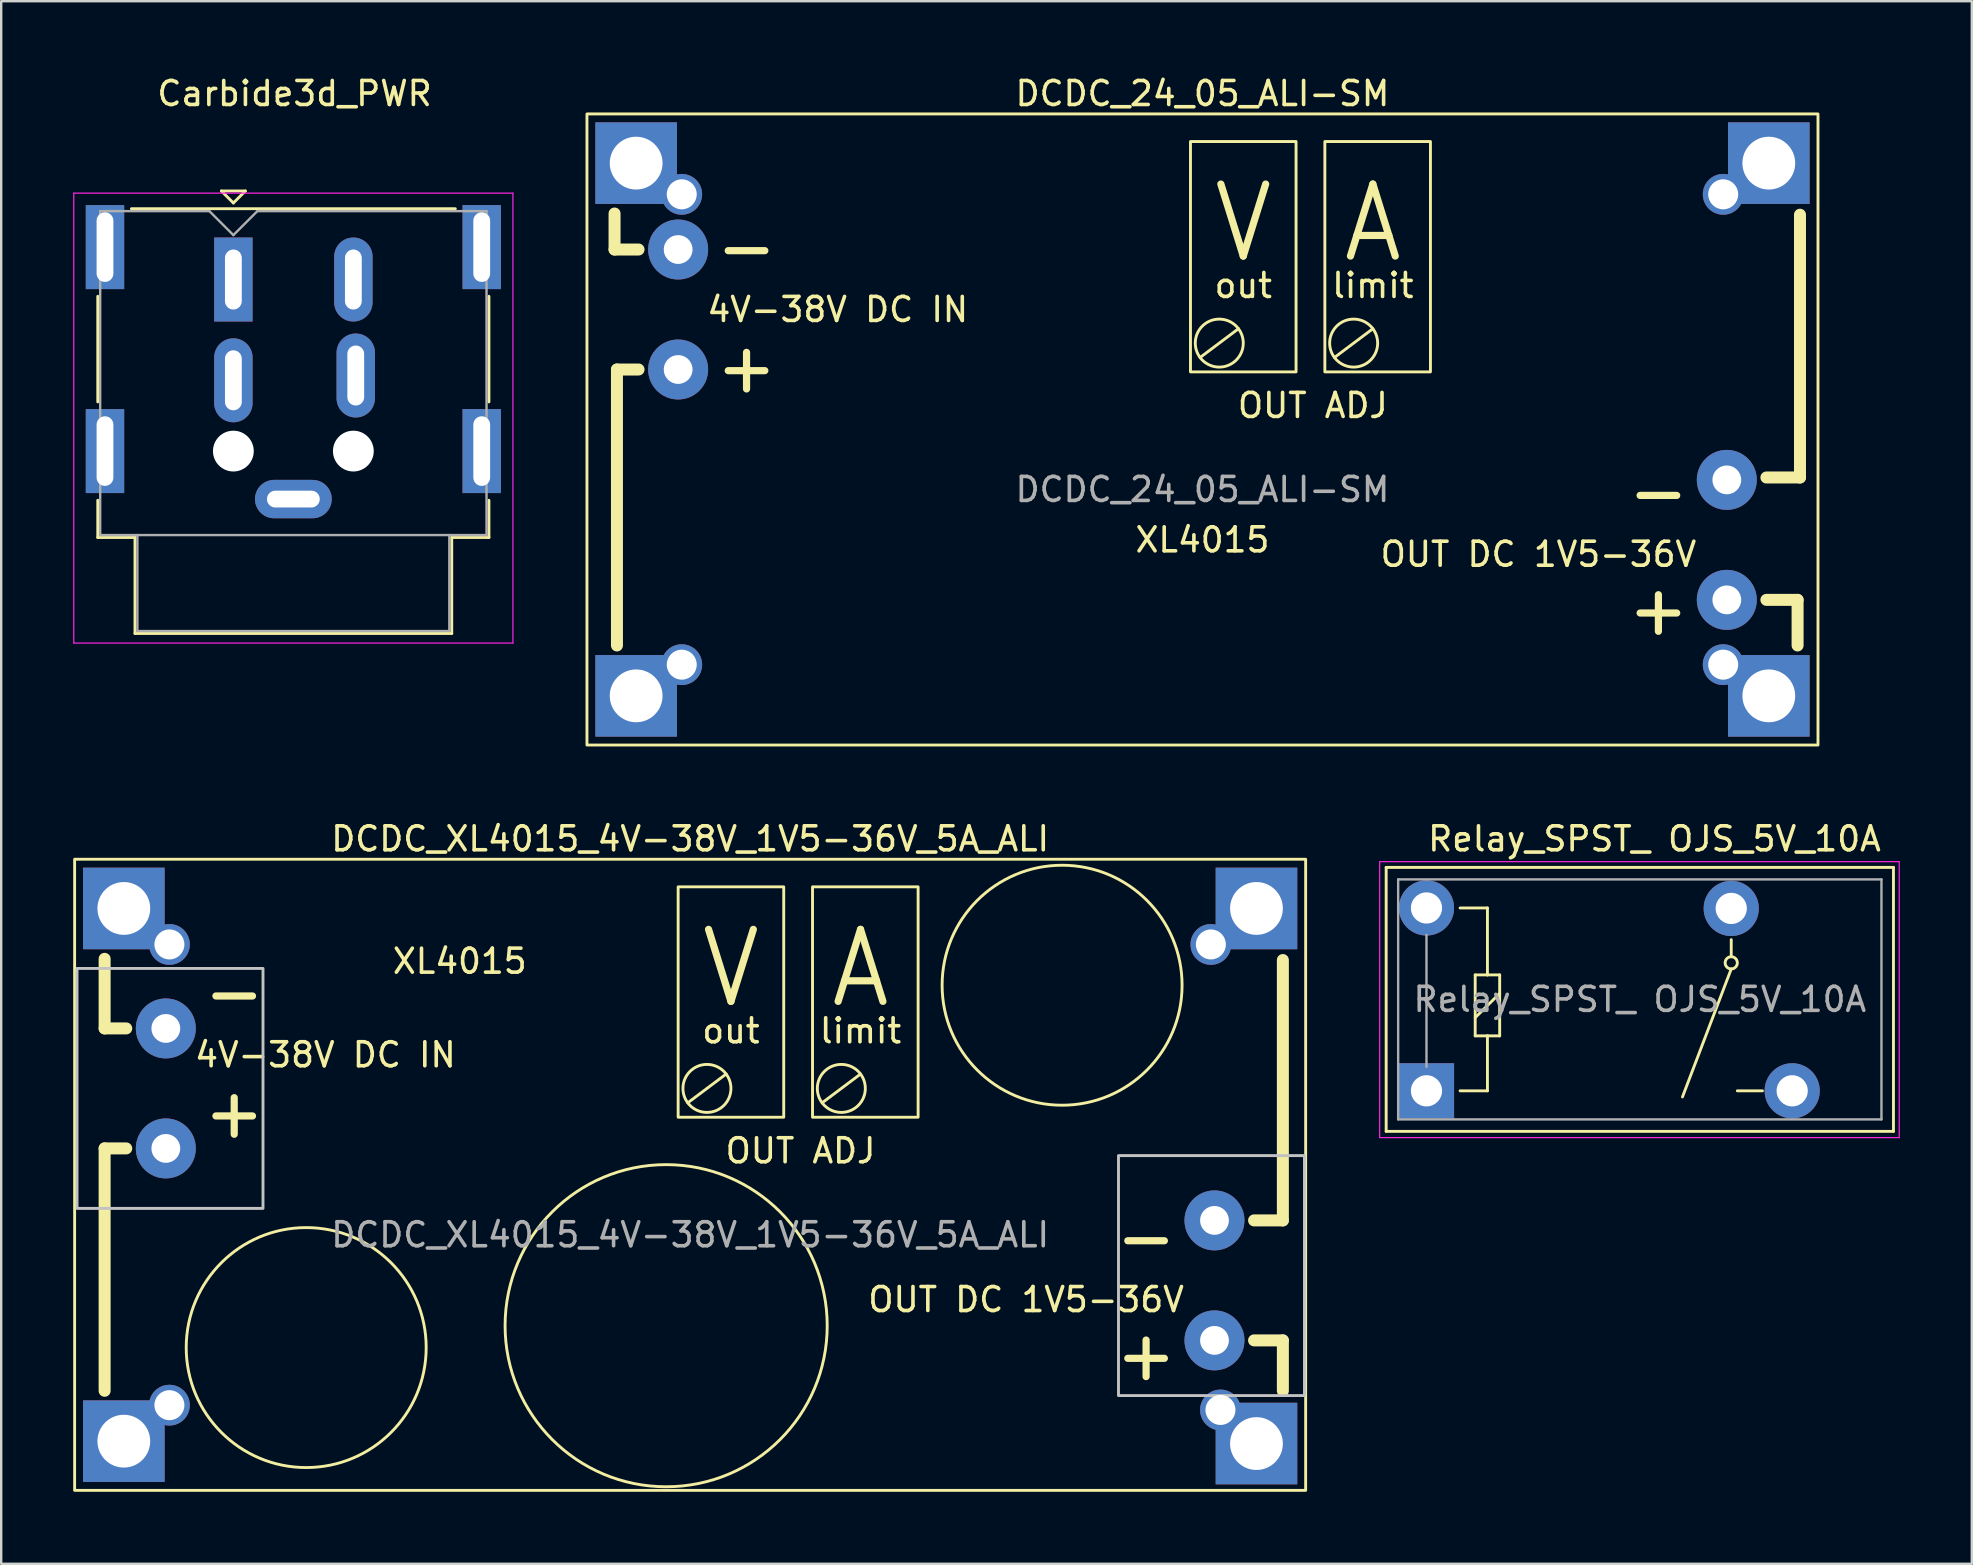
<source format=kicad_pcb>
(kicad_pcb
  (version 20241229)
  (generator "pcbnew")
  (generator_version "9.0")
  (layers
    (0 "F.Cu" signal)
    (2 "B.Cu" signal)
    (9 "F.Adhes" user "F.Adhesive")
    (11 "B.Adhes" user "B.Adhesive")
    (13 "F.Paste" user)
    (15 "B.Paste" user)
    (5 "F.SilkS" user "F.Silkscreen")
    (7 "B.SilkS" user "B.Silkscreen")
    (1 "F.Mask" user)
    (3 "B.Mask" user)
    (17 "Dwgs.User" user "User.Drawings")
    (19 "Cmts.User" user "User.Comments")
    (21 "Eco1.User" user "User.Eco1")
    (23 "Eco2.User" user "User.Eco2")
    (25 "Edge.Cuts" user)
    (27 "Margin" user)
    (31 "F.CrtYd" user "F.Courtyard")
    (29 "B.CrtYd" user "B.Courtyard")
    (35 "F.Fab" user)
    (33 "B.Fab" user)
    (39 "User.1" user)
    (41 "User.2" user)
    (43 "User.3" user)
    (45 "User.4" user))
  (footprint "Relay_SPST_ OJS_5V_10A"
    (layer "F.Cu")
    (at 56.395 42.407)
    (property "Reference" "Relay_SPST_ OJS_5V_10A" (at 9.5 -10.5 180) (layer "F.SilkS") (effects (font (size 1 1) (thickness 0.15))))
    (attr through_hole)
    (fp_line (start -1.68 -9.31) (end 19.46 -9.31) (stroke (width 0.12) (type solid)) (layer "F.SilkS"))
    (fp_line (start -1.68 1.69) (end -1.68 -9.31) (stroke (width 0.12) (type solid)) (layer "F.SilkS"))
    (fp_line (start -1.68 1.69) (end 19.46 1.69) (stroke (width 0.12) (type solid)) (layer "F.SilkS"))
    (fp_line (start 1.4 0) (end 2.54 0) (stroke (width 0.12) (type solid)) (layer "F.SilkS"))
    (fp_line (start 2.03 -4.83) (end 2.54 -4.83) (stroke (width 0.12) (type solid)) (layer "F.SilkS"))
    (fp_line (start 2.03 -3.05) (end 3.05 -4.06) (stroke (width 0.12) (type solid)) (layer "F.SilkS"))
    (fp_line (start 2.03 -2.29) (end 2.03 -4.83) (stroke (width 0.12) (type solid)) (layer "F.SilkS"))
    (fp_line (start 2.54 -7.62) (end 1.4 -7.62) (stroke (width 0.12) (type solid)) (layer "F.SilkS"))
    (fp_line (start 2.54 -4.83) (end 2.54 -7.62) (stroke (width 0.12) (type solid)) (layer "F.SilkS"))
    (fp_line (start 2.54 -4.83) (end 3.05 -4.83) (stroke (width 0.12) (type solid)) (layer "F.SilkS"))
    (fp_line (start 2.54 -2.29) (end 2.03 -2.29) (stroke (width 0.12) (type solid)) (layer "F.SilkS"))
    (fp_line (start 2.54 0) (end 2.54 -2.29) (stroke (width 0.12) (type solid)) (layer "F.SilkS"))
    (fp_line (start 3.05 -4.83) (end 3.05 -2.29) (stroke (width 0.12) (type solid)) (layer "F.SilkS"))
    (fp_line (start 3.05 -2.29) (end 2.54 -2.29) (stroke (width 0.12) (type solid)) (layer "F.SilkS"))
    (fp_line (start 10.668 0.254) (end 12.7 -5.08) (stroke (width 0.12) (type solid)) (layer "F.SilkS"))
    (fp_line (start 12.7 -5.588) (end 12.7 -6.3) (stroke (width 0.12) (type solid)) (layer "F.SilkS"))
    (fp_line (start 14 0) (end 12.954 0) (stroke (width 0.12) (type solid)) (layer "F.SilkS"))
    (fp_line (start 19.46 1.69) (end 19.46 -9.31) (stroke (width 0.12) (type solid)) (layer "F.SilkS"))
    (fp_circle (center 12.7 -5.334) (end 12.954 -5.334) (stroke (width 0.12) (type solid)) (fill no) (layer "F.SilkS"))
    (fp_line (start -1.95 -9.55) (end 19.7 -9.55) (stroke (width 0.05) (type solid)) (layer "F.CrtYd"))
    (fp_line (start -1.95 1.95) (end -1.95 -9.55) (stroke (width 0.05) (type solid)) (layer "F.CrtYd"))
    (fp_line (start 19.7 -9.55) (end 19.7 1.95) (stroke (width 0.05) (type solid)) (layer "F.CrtYd"))
    (fp_line (start 19.7 1.95) (end -1.95 1.95) (stroke (width 0.05) (type solid)) (layer "F.CrtYd"))
    (fp_line (start -1.18 -8.81) (end 18.96 -8.81) (stroke (width 0.1) (type solid)) (layer "F.Fab"))
    (fp_line (start -1.18 1.19) (end -1.18 -8.81) (stroke (width 0.1) (type solid)) (layer "F.Fab"))
    (fp_line (start 0 -1) (end 0 -6.5) (stroke (width 0.1) (type solid)) (layer "F.Fab"))
    (fp_line (start 18.96 -8.81) (end 18.96 1.19) (stroke (width 0.1) (type solid)) (layer "F.Fab"))
    (fp_line (start 18.96 1.19) (end -1.18 1.19) (stroke (width 0.1) (type solid)) (layer "F.Fab"))
    (fp_text user "${REFERENCE}" (at 8.89 -3.81 0) (layer "F.Fab") (effects (font (size 1 1) (thickness 0.15))))
    (pad "1" thru_hole circle (at 0 -7.62 180) (size 2.3 2.3) (drill 1.3) (layers "*.Cu" "*.Mask"))
    (pad "3" thru_hole circle (at 12.7 -7.6 180) (size 2.3 2.3) (drill 1.3) (layers "*.Cu" "*.Mask"))
    (pad "5" thru_hole circle (at 15.24 0 180) (size 2.3 2.3) (drill 1.3) (layers "*.Cu" "*.Mask"))
    (pad "6" thru_hole rect (at 0 0 180) (size 2.3 2.3) (drill 1.3) (layers "*.Cu" "*.Mask")))
  (footprint "DCDC_24_05_ALI-SM"
    (layer "F.Cu")
    (at 47.06 14.848)
    (property "Reference" "DCDC_24_05_ALI-SM" (at 0 -14 0) (unlocked yes) (layer "F.SilkS") (effects (font (size 1 1) (thickness 0.15))))
    (attr smd)
    (fp_line (start -24.5 -7.5) (end -24.5 -9) (stroke (width 0.5) (type solid)) (layer "F.SilkS"))
    (fp_line (start -24.4 9) (end -24.4 -2.5) (stroke (width 0.5) (type solid)) (layer "F.SilkS"))
    (fp_line (start -23.5 -7.5) (end -24.5 -7.5) (stroke (width 0.5) (type solid)) (layer "F.SilkS"))
    (fp_line (start -23.5 -2.5) (end -24.4 -2.5) (stroke (width 0.5) (type solid)) (layer "F.SilkS"))
    (fp_line (start -0.1 -3) (end 1.5 -4.2) (stroke (width 0.12) (type solid)) (layer "F.SilkS"))
    (fp_line (start 5.5 -3) (end 7.1 -4.2) (stroke (width 0.12) (type solid)) (layer "F.SilkS"))
    (fp_line (start 23.5 2) (end 24.9 2) (stroke (width 0.5) (type solid)) (layer "F.SilkS"))
    (fp_line (start 23.5 7.1) (end 24.8 7.1) (stroke (width 0.5) (type solid)) (layer "F.SilkS"))
    (fp_line (start 24.8 7.1) (end 24.8 9) (stroke (width 0.5) (type solid)) (layer "F.SilkS"))
    (fp_line (start 24.9 2) (end 24.9 -8.95) (stroke (width 0.5) (type solid)) (layer "F.SilkS"))
    (fp_rect (start -25.65 -13.15) (end 25.65 13.15) (stroke (width 0.12) (type solid)) (fill no) (layer "F.SilkS"))
    (fp_rect (start -0.5 -12) (end 3.9 -2.4) (stroke (width 0.12) (type solid)) (fill no) (layer "F.SilkS"))
    (fp_rect (start 5.1 -12) (end 9.5 -2.4) (stroke (width 0.12) (type solid)) (fill no) (layer "F.SilkS"))
    (fp_circle (center 0.7 -3.6) (end 1.3 -4.4) (stroke (width 0.12) (type solid)) (fill no) (layer "F.SilkS"))
    (fp_circle (center 6.3 -3.6) (end 6.9 -4.4) (stroke (width 0.12) (type solid)) (fill no) (layer "F.SilkS"))
    (fp_text user "OUT DC 1V5-36V" (at 14 5.2 0) (unlocked yes) (layer "F.SilkS") (effects (font (size 1 1) (thickness 0.15))))
    (fp_text user "+" (at 19 7.5 0) (unlocked yes) (layer "F.SilkS") (effects (font (size 2 2) (thickness 0.3))))
    (fp_text user "-" (at 19 2.6 0) (unlocked yes) (layer "F.SilkS") (effects (font (size 2 2) (thickness 0.3))))
    (fp_text user "XL4015" (at 0 4.6 0) (unlocked yes) (layer "F.SilkS") (effects (font (size 1 1) (thickness 0.15))))
    (fp_text user "4V-38V DC ΙΝ" (at -15.2 -5 0) (unlocked yes) (layer "F.SilkS") (effects (font (size 1 1) (thickness 0.15))))
    (fp_text user "OUT ADJ" (at 4.6 -1 0) (unlocked yes) (layer "F.SilkS") (effects (font (size 1 1) (thickness 0.15))))
    (fp_text user "V" (at 1.7 -8.6 0) (unlocked yes) (layer "F.SilkS") (effects (font (size 3 2.8) (thickness 0.3))))
    (fp_text user "limit" (at 7.1 -6 0) (unlocked yes) (layer "F.SilkS") (effects (font (size 1 1) (thickness 0.15))))
    (fp_text user "-" (at -19 -7.6 0) (unlocked yes) (layer "F.SilkS") (effects (font (size 2 2) (thickness 0.3))))
    (fp_text user "out" (at 1.7 -6 0) (unlocked yes) (layer "F.SilkS") (effects (font (size 1 1) (thickness 0.15))))
    (fp_text user "A" (at 7.1 -8.6 0) (unlocked yes) (layer "F.SilkS") (effects (font (size 3 2.8) (thickness 0.3))))
    (fp_text user "+" (at -19 -2.6 0) (unlocked yes) (layer "F.SilkS") (effects (font (size 2 2) (thickness 0.3))))
    (fp_text user "${REFERENCE}" (at 0 2.5 0) (unlocked yes) (layer "F.Fab") (effects (font (size 1 1) (thickness 0.15))))
    (pad "" np_thru_hole circle (at -21.85 -7.5) (size 2.5 2.5) (drill 1.2) (layers "*.Cu" "*.Mask"))
    (pad "" np_thru_hole circle (at -21.85 -2.5) (size 2.5 2.5) (drill 1.2) (layers "*.Cu" "*.Mask"))
    (pad "" np_thru_hole circle (at -21.7 -9.8) (size 1.7 1.7) (drill 1.25) (layers "*.Cu" "*.Mask"))
    (pad "" np_thru_hole circle (at -21.7 9.8) (size 1.7 1.7) (drill 1.25) (layers "*.Cu" "*.Mask"))
    (pad "" np_thru_hole circle (at 21.7 -9.8) (size 1.7 1.7) (drill 1.25) (layers "*.Cu" "*.Mask"))
    (pad "" np_thru_hole circle (at 21.7 9.8) (size 1.7 1.7) (drill 1.25) (layers "*.Cu" "*.Mask"))
    (pad "" np_thru_hole circle (at 21.85 2.1) (size 2.5 2.5) (drill 1.2) (layers "*.Cu" "*.Mask"))
    (pad "" np_thru_hole circle (at 21.85 7.1) (size 2.5 2.5) (drill 1.2) (layers "*.Cu" "*.Mask"))
    (pad "1" thru_hole rect (at -23.6 11.1) (size 3.4 3.4) (drill 2.2) (layers "*.Cu" "*.Mask"))
    (pad "2" thru_hole rect (at -23.6 -11.1) (size 3.4 3.4) (drill 2.2) (layers "*.Cu" "*.Mask"))
    (pad "3" thru_hole rect (at 23.6 11.1) (size 3.4 3.4) (drill 2.2) (layers "*.Cu" "*.Mask"))
    (pad "4" thru_hole rect (at 23.6 -11.1) (size 3.4 3.4) (drill 2.2) (layers "*.Cu" "*.Mask")))
  (footprint "Carbide3d_PWR"
    (layer "F.Cu")
    (at 9.225 13.148)
    (property "Reference" "Carbide3d_PWR" (at 0 -12.3 0) (unlocked yes) (layer "F.SilkS") (effects (font (size 1 1) (thickness 0.15))))
    (attr through_hole)
    (fp_line (start -8.2 0.55) (end -8.2 -3.85) (stroke (width 0.12) (type solid)) (layer "F.SilkS"))
    (fp_line (start -8.2 6.2) (end -8.2 4.65) (stroke (width 0.12) (type solid)) (layer "F.SilkS"))
    (fp_line (start -6.8 -7.5) (end 6.7 -7.5) (stroke (width 0.12) (type solid)) (layer "F.SilkS"))
    (fp_line (start -6.65 6.2) (end -8.2 6.2) (stroke (width 0.12) (type solid)) (layer "F.SilkS"))
    (fp_line (start -6.65 10.2) (end -6.65 6.2) (stroke (width 0.12) (type solid)) (layer "F.SilkS"))
    (fp_line (start -3.05 -8.24) (end -2.05 -8.24) (stroke (width 0.12) (type solid)) (layer "F.SilkS"))
    (fp_line (start -2.55 -7.74) (end -3.05 -8.24) (stroke (width 0.12) (type solid)) (layer "F.SilkS"))
    (fp_line (start -2.05 -8.24) (end -2.55 -7.74) (stroke (width 0.12) (type solid)) (layer "F.SilkS"))
    (fp_line (start 6.55 6.2) (end 6.55 10.2) (stroke (width 0.12) (type solid)) (layer "F.SilkS"))
    (fp_line (start 6.55 10.2) (end -6.65 10.2) (stroke (width 0.12) (type solid)) (layer "F.SilkS"))
    (fp_line (start 8.1 -3.85) (end 8.1 0.55) (stroke (width 0.12) (type solid)) (layer "F.SilkS"))
    (fp_line (start 8.1 4.65) (end 8.1 6.2) (stroke (width 0.12) (type solid)) (layer "F.SilkS"))
    (fp_line (start 8.1 6.2) (end 6.55 6.2) (stroke (width 0.12) (type solid)) (layer "F.SilkS"))
    (fp_line (start -9.2 -8.15) (end 9.1 -8.15) (stroke (width 0.05) (type solid)) (layer "F.CrtYd"))
    (fp_line (start -9.2 10.6) (end -9.2 -8.15) (stroke (width 0.05) (type solid)) (layer "F.CrtYd"))
    (fp_line (start 9.1 -8.15) (end 9.1 10.6) (stroke (width 0.05) (type solid)) (layer "F.CrtYd"))
    (fp_line (start 9.1 10.6) (end -9.2 10.6) (stroke (width 0.05) (type solid)) (layer "F.CrtYd"))
    (fp_line (start -8.1 -7.4) (end -3.55 -7.4) (stroke (width 0.1) (type solid)) (layer "F.Fab"))
    (fp_line (start -8.1 6.1) (end -8.1 -7.4) (stroke (width 0.1) (type solid)) (layer "F.Fab"))
    (fp_line (start -6.55 6.1) (end -8.1 6.1) (stroke (width 0.1) (type solid)) (layer "F.Fab"))
    (fp_line (start -6.55 6.1) (end 6.45 6.1) (stroke (width 0.1) (type solid)) (layer "F.Fab"))
    (fp_line (start -6.55 10.1) (end -6.55 6.1) (stroke (width 0.1) (type solid)) (layer "F.Fab"))
    (fp_line (start -3.55 -7.4) (end -2.55 -6.4) (stroke (width 0.1) (type solid)) (layer "F.Fab"))
    (fp_line (start -2.55 -6.4) (end -1.55 -7.4) (stroke (width 0.1) (type solid)) (layer "F.Fab"))
    (fp_line (start -1.55 -7.4) (end 8 -7.4) (stroke (width 0.1) (type solid)) (layer "F.Fab"))
    (fp_line (start 6.45 6.1) (end 6.45 10.1) (stroke (width 0.1) (type solid)) (layer "F.Fab"))
    (fp_line (start 6.45 10.1) (end -6.55 10.1) (stroke (width 0.1) (type solid)) (layer "F.Fab"))
    (fp_line (start 8 -7.4) (end 8 6.1) (stroke (width 0.1) (type solid)) (layer "F.Fab"))
    (fp_line (start 8 6.1) (end 6.45 6.1) (stroke (width 0.1) (type solid)) (layer "F.Fab"))
    (pad "" np_thru_hole circle (at -2.55 2.6) (size 1.7 1.7) (drill 1.7) (layers "*.Cu" "*.Mask"))
    (pad "" np_thru_hole circle (at 2.45 2.6) (size 1.7 1.7) (drill 1.7) (layers "*.Cu" "*.Mask"))
    (pad "1" thru_hole rect (at -2.55 -4.55) (size 1.6 3.5) (drill oval 0.7 2.5) (layers "*.Cu" "*.Mask"))
    (pad "2" thru_hole oval (at 2.45 -4.55) (size 1.6 3.5) (drill oval 0.7 2.5) (layers "*.Cu" "*.Mask"))
    (pad "3" thru_hole oval (at -2.55 -0.35) (size 1.6 3.5) (drill oval 0.7 2.5) (layers "*.Cu" "*.Mask"))
    (pad "4" thru_hole oval (at 2.55 -0.55) (size 1.6 3.5) (drill oval 0.7 2.5) (layers "*.Cu" "*.Mask"))
    (pad "5" thru_hole oval (at -0.05 4.6) (size 3.2 1.6) (drill oval 2.2 0.7) (layers "*.Cu" "*.Mask"))
    (pad "SH" thru_hole rect (at -7.9 -5.9) (size 1.6 3.5) (drill oval 0.7 2.9) (layers "*.Cu" "*.Mask"))
    (pad "SH" thru_hole rect (at -7.9 2.6) (size 1.6 3.5) (drill oval 0.7 2.9) (layers "*.Cu" "*.Mask"))
    (pad "SH" thru_hole rect (at 7.8 -5.9) (size 1.6 3.5) (drill oval 0.7 2.9) (layers "*.Cu" "*.Mask"))
    (pad "SH" thru_hole rect (at 7.8 2.6) (size 1.6 3.5) (drill oval 0.7 2.9) (layers "*.Cu" "*.Mask")))
  (footprint "DCDC_XL4015_4V-38V_1V5-36V_5A_ALI"
    (layer "F.Cu")
    (at 25.71 45.907)
    (property "Reference" "DCDC_XL4015_4V-38V_1V5-36V_5A_ALI" (at 0 -14 0) (unlocked yes) (layer "F.SilkS") (effects (font (size 1 1) (thickness 0.15))))
    (attr smd)
    (fp_line (start -24.4 -6.1) (end -24.4 -9) (stroke (width 0.5) (type solid)) (layer "F.SilkS"))
    (fp_line (start -24.4 9) (end -24.4 -1.1) (stroke (width 0.5) (type solid)) (layer "F.SilkS"))
    (fp_line (start -23.5 -6.1) (end -24.4 -6.1) (stroke (width 0.5) (type solid)) (layer "F.SilkS"))
    (fp_line (start -23.5 -1.1) (end -24.4 -1.1) (stroke (width 0.5) (type solid)) (layer "F.SilkS"))
    (fp_line (start -0.1 -3) (end 1.5 -4.2) (stroke (width 0.12) (type solid)) (layer "F.SilkS"))
    (fp_line (start 5.5 -3) (end 7.1 -4.2) (stroke (width 0.12) (type solid)) (layer "F.SilkS"))
    (fp_line (start 23.5 1.9) (end 24.7 1.9) (stroke (width 0.5) (type solid)) (layer "F.SilkS"))
    (fp_line (start 23.5 6.9) (end 24.7 6.9) (stroke (width 0.5) (type solid)) (layer "F.SilkS"))
    (fp_line (start 24.7 1.9) (end 24.7 -8.95) (stroke (width 0.5) (type solid)) (layer "F.SilkS"))
    (fp_line (start 24.7 6.9) (end 24.7 9) (stroke (width 0.5) (type solid)) (layer "F.SilkS"))
    (fp_rect (start -25.65 -13.15) (end 25.65 13.15) (stroke (width 0.12) (type solid)) (fill no) (layer "F.SilkS"))
    (fp_rect (start -0.5 -12) (end 3.9 -2.4) (stroke (width 0.12) (type solid)) (fill no) (layer "F.SilkS"))
    (fp_rect (start 5.1 -12) (end 9.5 -2.4) (stroke (width 0.12) (type solid)) (fill no) (layer "F.SilkS"))
    (fp_circle (center -16 7.2) (end -11 7.2) (stroke (width 0.12) (type solid)) (fill no) (layer "F.SilkS"))
    (fp_circle (center -1 6.288) (end 5.7 6.688) (stroke (width 0.12) (type solid)) (fill no) (layer "F.SilkS"))
    (fp_circle (center 0.7 -3.6) (end 1.3 -4.4) (stroke (width 0.12) (type solid)) (fill no) (layer "F.SilkS"))
    (fp_circle (center 6.3 -3.6) (end 6.9 -4.4) (stroke (width 0.12) (type solid)) (fill no) (layer "F.SilkS"))
    (fp_circle (center 15.5 -7.9) (end 20.5 -7.9) (stroke (width 0.12) (type solid)) (fill no) (layer "F.SilkS"))
    (fp_rect (start -25.55 -8.6) (end -17.8 1.4) (stroke (width 0.12) (type solid)) (fill no) (layer "Dwgs.User"))
    (fp_rect (start 17.85 -0.8) (end 25.6 9.2) (stroke (width 0.12) (type solid)) (fill no) (layer "Dwgs.User"))
    (fp_text user "-" (at -19 -7.6 0) (unlocked yes) (layer "F.SilkS") (effects (font (size 2 2) (thickness 0.3))))
    (fp_text user "out" (at 1.7 -6 0) (unlocked yes) (layer "F.SilkS") (effects (font (size 1 1) (thickness 0.15))))
    (fp_text user "4V-38V DC ΙΝ" (at -15.2 -5 0) (unlocked yes) (layer "F.SilkS") (effects (font (size 1 1) (thickness 0.15))))
    (fp_text user "+" (at 19 7.5 0) (unlocked yes) (layer "F.SilkS") (effects (font (size 2 2) (thickness 0.3))))
    (fp_text user "-" (at 19 2.6 0) (unlocked yes) (layer "F.SilkS") (effects (font (size 2 2) (thickness 0.3))))
    (fp_text user "A" (at 7.1 -8.6 0) (unlocked yes) (layer "F.SilkS") (effects (font (size 3 2.8) (thickness 0.3))))
    (fp_text user "XL4015" (at -9.6 -8.9 0) (unlocked yes) (layer "F.SilkS") (effects (font (size 1 1) (thickness 0.15))))
    (fp_text user "limit" (at 7.1 -6 0) (unlocked yes) (layer "F.SilkS") (effects (font (size 1 1) (thickness 0.15))))
    (fp_text user "V" (at 1.7 -8.6 0) (unlocked yes) (layer "F.SilkS") (effects (font (size 3 2.8) (thickness 0.3))))
    (fp_text user "OUT ADJ" (at 4.6 -1 0) (unlocked yes) (layer "F.SilkS") (effects (font (size 1 1) (thickness 0.15))))
    (fp_text user "+" (at -19 -2.6 0) (unlocked yes) (layer "F.SilkS") (effects (font (size 2 2) (thickness 0.3))))
    (fp_text user "OUT DC 1V5-36V" (at 14 5.2 0) (unlocked yes) (layer "F.SilkS") (effects (font (size 1 1) (thickness 0.15))))
    (fp_text user "${REFERENCE}" (at 0 2.5 0) (unlocked yes) (layer "F.Fab") (effects (font (size 1 1) (thickness 0.15))))
    (pad "" np_thru_hole circle (at -21.85 -6.1) (size 2.5 2.5) (drill 1.2) (layers "*.Cu" "*.Mask"))
    (pad "" np_thru_hole circle (at -21.85 -1.1) (size 2.5 2.5) (drill 1.2) (layers "*.Cu" "*.Mask"))
    (pad "" np_thru_hole circle (at 21.85 1.9) (size 2.5 2.5) (drill 1.2) (layers "*.Cu" "*.Mask"))
    (pad "" np_thru_hole circle (at 21.85 6.9) (size 2.5 2.5) (drill 1.2) (layers "*.Cu" "*.Mask"))
    (pad "1" thru_hole rect (at -23.6 -11.1) (size 3.4 3.4) (drill 2.2) (layers "*.Cu" "*.Mask"))
    (pad "1" thru_hole circle (at -21.7 -9.6) (size 1.7 1.7) (drill 1.25) (layers "*.Cu" "*.Mask"))
    (pad "2" thru_hole rect (at -23.6 11.1) (size 3.4 3.4) (drill 2.2) (layers "*.Cu" "*.Mask"))
    (pad "2" thru_hole circle (at -21.7 9.6) (size 1.7 1.7) (drill 1.25) (layers "*.Cu" "*.Mask"))
    (pad "3" thru_hole circle (at 21.7 -9.6) (size 1.7 1.7) (drill 1.25) (layers "*.Cu" "*.Mask"))
    (pad "3" thru_hole rect (at 23.6 -11.1) (size 3.4 3.4) (drill 2.2) (layers "*.Cu" "*.Mask"))
    (pad "4" thru_hole circle (at 22.1 9.8) (size 1.7 1.7) (drill 1.25) (layers "*.Cu" "*.Mask"))
    (pad "4" thru_hole rect (at 23.6 11.2) (size 3.4 3.4) (drill 2.2) (layers "*.Cu" "*.Mask")))
  (gr_rect
    (start -3 -3)
    (end 79.12 62.117)
    (stroke (width 0.1) (type default))
    (fill no)
    (layer "Edge.Cuts")))
</source>
